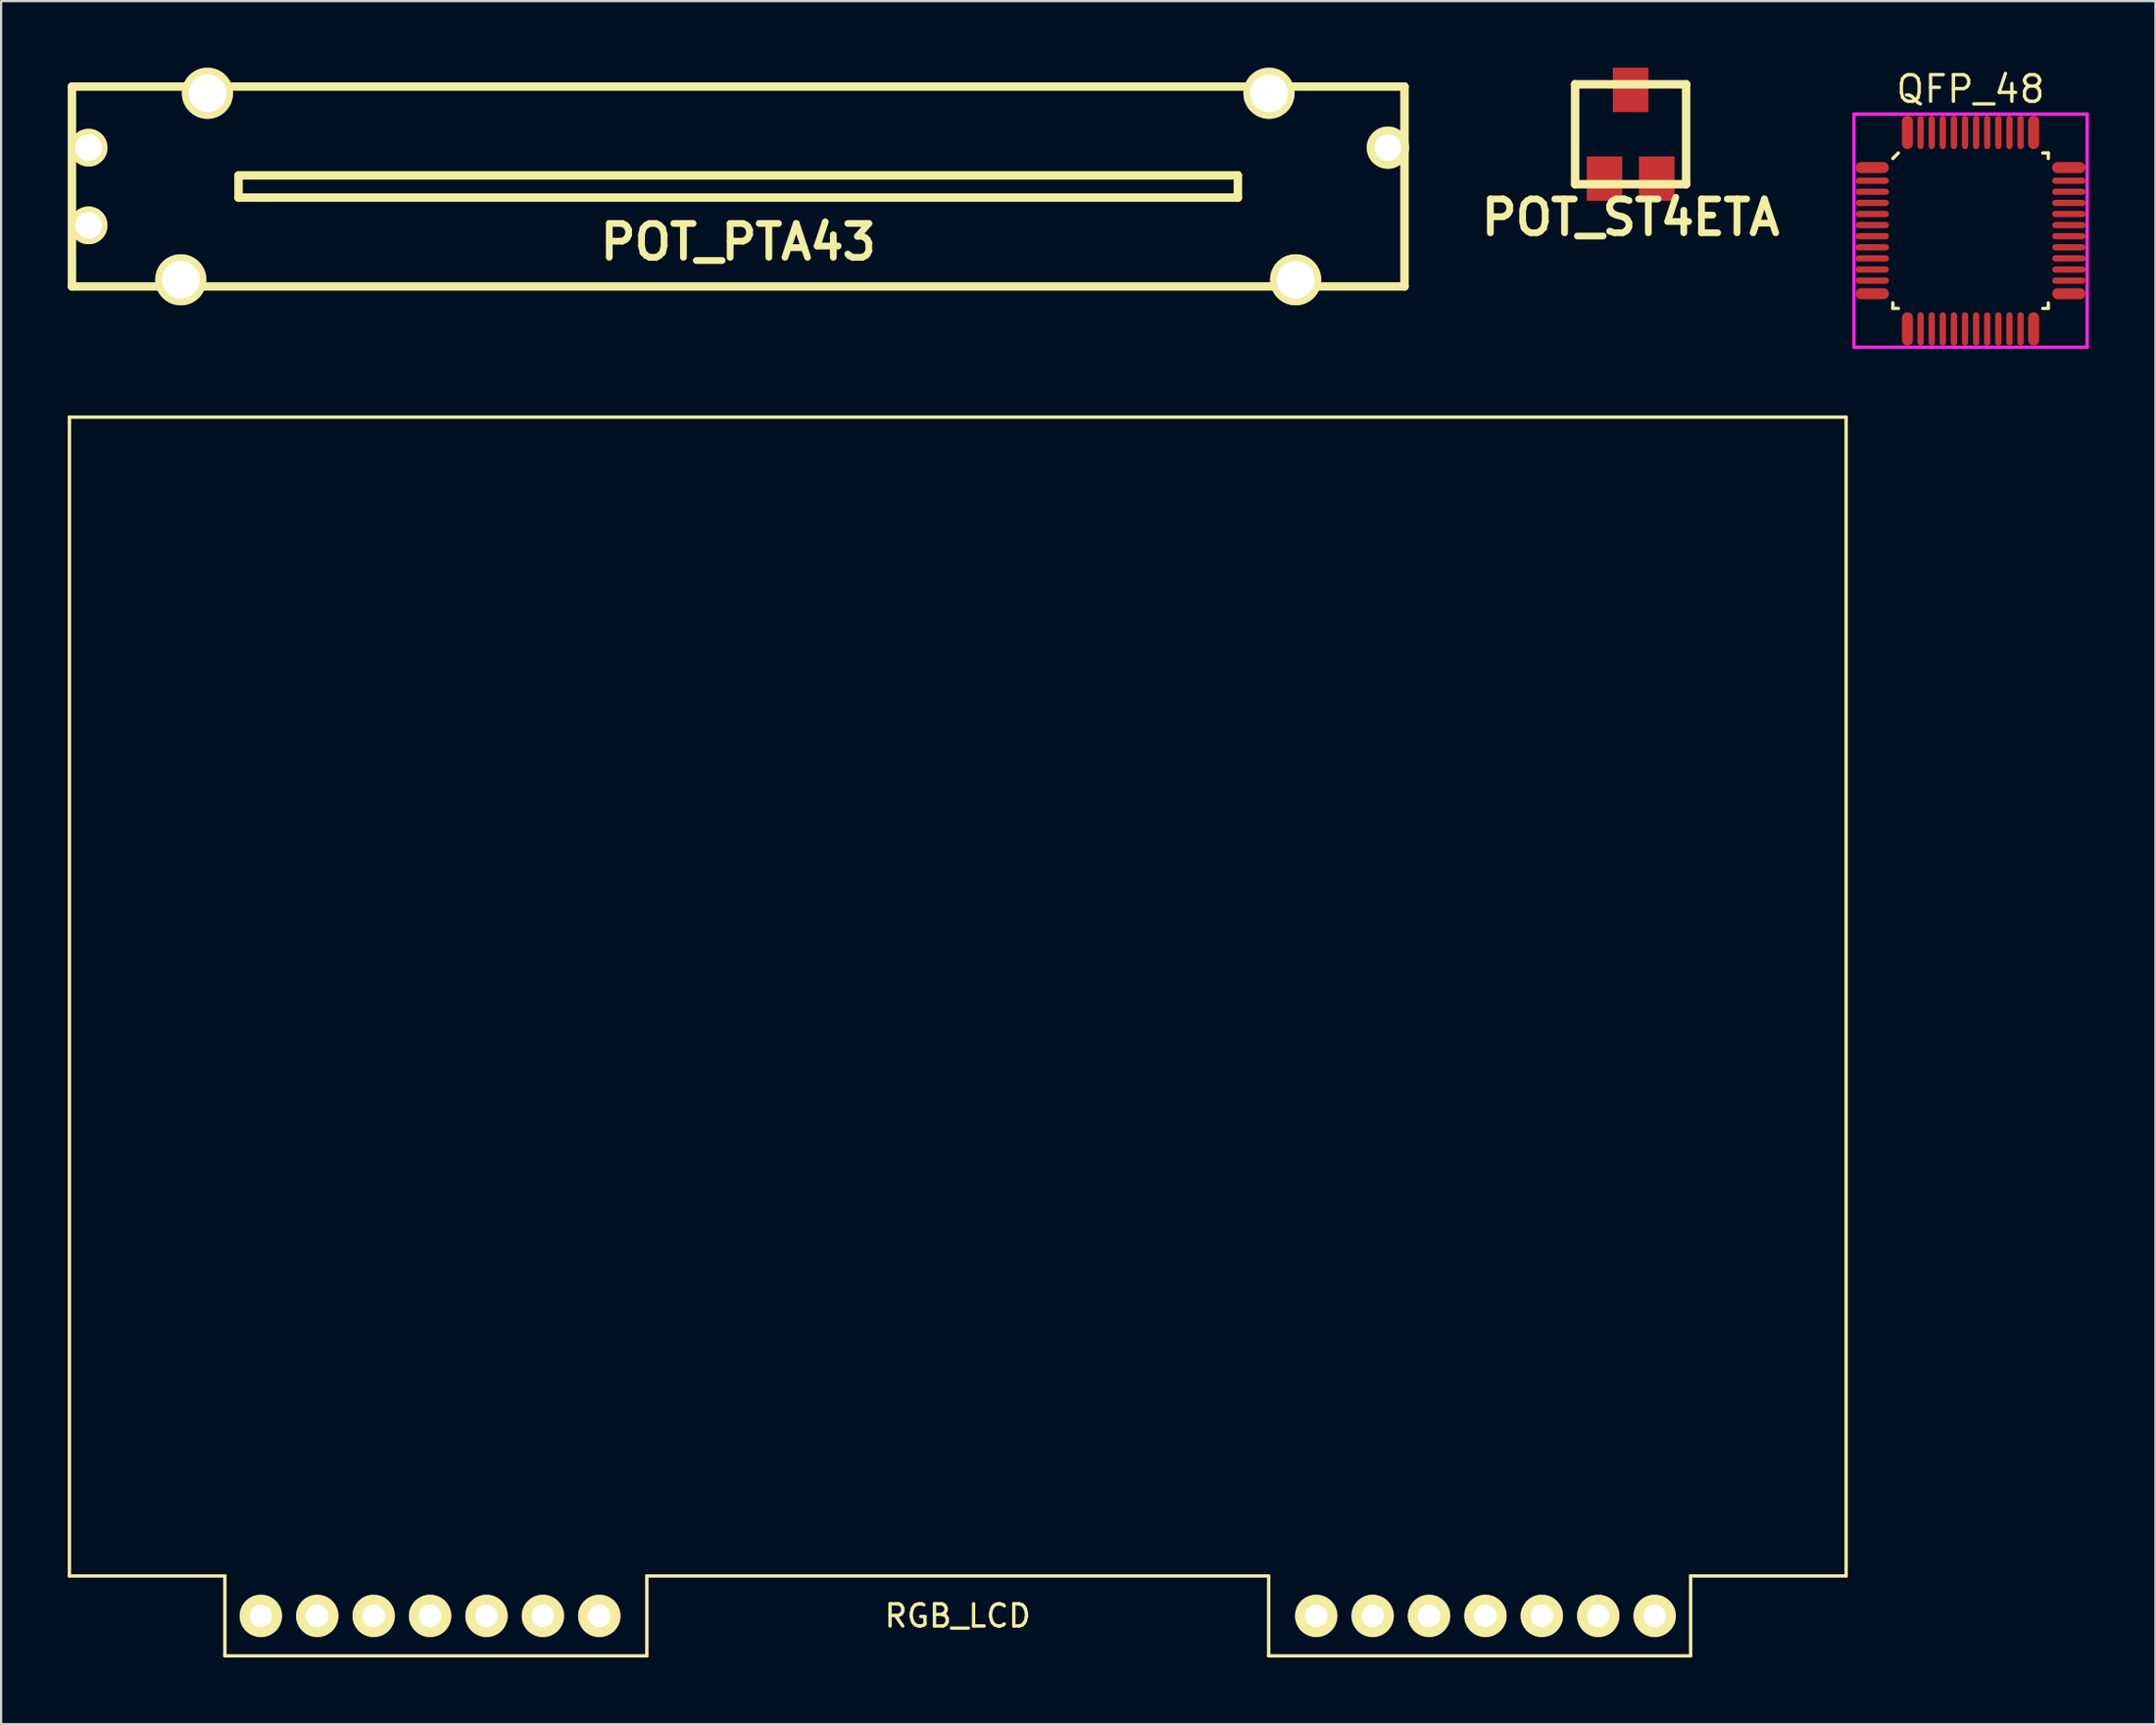
<source format=kicad_pcb>
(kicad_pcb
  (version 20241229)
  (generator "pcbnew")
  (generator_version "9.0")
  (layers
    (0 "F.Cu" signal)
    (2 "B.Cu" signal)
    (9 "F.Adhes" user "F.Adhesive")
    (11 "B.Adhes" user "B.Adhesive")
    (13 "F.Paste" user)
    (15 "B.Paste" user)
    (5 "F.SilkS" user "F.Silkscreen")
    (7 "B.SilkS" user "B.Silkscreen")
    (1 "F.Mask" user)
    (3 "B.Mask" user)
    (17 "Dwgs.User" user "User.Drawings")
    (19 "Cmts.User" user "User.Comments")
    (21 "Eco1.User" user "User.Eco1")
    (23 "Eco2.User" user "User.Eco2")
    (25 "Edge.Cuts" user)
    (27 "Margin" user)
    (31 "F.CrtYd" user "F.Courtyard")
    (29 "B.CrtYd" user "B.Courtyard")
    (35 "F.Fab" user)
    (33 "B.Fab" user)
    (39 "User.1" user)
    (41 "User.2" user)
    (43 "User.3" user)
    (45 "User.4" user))
  (footprint "QFP_48"
    (layer "F.Cu")
    (at 85.679 7.34)
    (property "Reference" "QFP_48" (at 0 -6.375 0) (layer "F.SilkS") (effects (font (size 1.2 1.2) (thickness 0.15))))
    (attr through_hole)
    (fp_line (start -3.5 -3.25) (end -3.25 -3.5) (stroke (width 0.15) (type solid)) (layer "F.SilkS"))
    (fp_line (start -3.5 3.5) (end -3.5 3.25) (stroke (width 0.15) (type solid)) (layer "F.SilkS"))
    (fp_line (start -3.25 3.5) (end -3.5 3.5) (stroke (width 0.15) (type solid)) (layer "F.SilkS"))
    (fp_line (start 3.25 -3.5) (end 3.5 -3.5) (stroke (width 0.15) (type solid)) (layer "F.SilkS"))
    (fp_line (start 3.25 3.5) (end 3.5 3.5) (stroke (width 0.15) (type solid)) (layer "F.SilkS"))
    (fp_line (start 3.5 -3.5) (end 3.5 -3.25) (stroke (width 0.15) (type solid)) (layer "F.SilkS"))
    (fp_line (start 3.5 3.5) (end 3.5 3.25) (stroke (width 0.15) (type solid)) (layer "F.SilkS"))
    (fp_line (start -5.25 -5.25) (end 5.25 -5.25) (stroke (width 0.15) (type solid)) (layer "F.CrtYd"))
    (fp_line (start -5.25 5.25) (end -5.25 -5.25) (stroke (width 0.15) (type solid)) (layer "F.CrtYd"))
    (fp_line (start 5.25 -5.25) (end 5.25 5.25) (stroke (width 0.15) (type solid)) (layer "F.CrtYd"))
    (fp_line (start 5.25 5.25) (end -5.25 5.25) (stroke (width 0.15) (type solid)) (layer "F.CrtYd"))
    (pad "1" smd oval (at -4.425 -2.84 90) (size 0.5 1.5) (layers "F.Cu" "F.Mask" "F.Paste"))
    (pad "2" smd oval (at -4.425 -2.25 90) (size 0.28 1.5) (layers "F.Cu" "F.Mask" "F.Paste"))
    (pad "3" smd oval (at -4.425 -1.75 90) (size 0.28 1.5) (layers "F.Cu" "F.Mask" "F.Paste"))
    (pad "4" smd oval (at -4.425 -1.25 90) (size 0.28 1.5) (layers "F.Cu" "F.Mask" "F.Paste"))
    (pad "5" smd oval (at -4.425 -0.75 90) (size 0.28 1.5) (layers "F.Cu" "F.Mask" "F.Paste"))
    (pad "6" smd oval (at -4.425 -0.25 90) (size 0.28 1.5) (layers "F.Cu" "F.Mask" "F.Paste"))
    (pad "7" smd oval (at -4.425 0.25 90) (size 0.28 1.5) (layers "F.Cu" "F.Mask" "F.Paste"))
    (pad "8" smd oval (at -4.425 0.75 90) (size 0.28 1.5) (layers "F.Cu" "F.Mask" "F.Paste"))
    (pad "9" smd oval (at -4.425 1.25 90) (size 0.28 1.5) (layers "F.Cu" "F.Mask" "F.Paste"))
    (pad "10" smd oval (at -4.425 1.75 90) (size 0.28 1.5) (layers "F.Cu" "F.Mask" "F.Paste"))
    (pad "11" smd oval (at -4.425 2.25 90) (size 0.28 1.5) (layers "F.Cu" "F.Mask" "F.Paste"))
    (pad "12" smd oval (at -4.425 2.84 90) (size 0.5 1.5) (layers "F.Cu" "F.Mask" "F.Paste"))
    (pad "13" smd oval (at -2.84 4.425) (size 0.5 1.5) (layers "F.Cu" "F.Mask" "F.Paste"))
    (pad "14" smd oval (at -2.25 4.425) (size 0.28 1.5) (layers "F.Cu" "F.Mask" "F.Paste"))
    (pad "15" smd oval (at -1.75 4.425) (size 0.28 1.5) (layers "F.Cu" "F.Mask" "F.Paste"))
    (pad "16" smd oval (at -1.25 4.425) (size 0.28 1.5) (layers "F.Cu" "F.Mask" "F.Paste"))
    (pad "17" smd oval (at -0.75 4.425) (size 0.28 1.5) (layers "F.Cu" "F.Mask" "F.Paste"))
    (pad "18" smd oval (at -0.25 4.425) (size 0.28 1.5) (layers "F.Cu" "F.Mask" "F.Paste"))
    (pad "19" smd oval (at 0.25 4.425) (size 0.28 1.5) (layers "F.Cu" "F.Mask" "F.Paste"))
    (pad "20" smd oval (at 0.75 4.425) (size 0.28 1.5) (layers "F.Cu" "F.Mask" "F.Paste"))
    (pad "21" smd oval (at 1.25 4.425) (size 0.28 1.5) (layers "F.Cu" "F.Mask" "F.Paste"))
    (pad "22" smd oval (at 1.75 4.425) (size 0.28 1.5) (layers "F.Cu" "F.Mask" "F.Paste"))
    (pad "23" smd oval (at 2.25 4.425) (size 0.28 1.5) (layers "F.Cu" "F.Mask" "F.Paste"))
    (pad "24" smd oval (at 2.84 4.425) (size 0.5 1.5) (layers "F.Cu" "F.Mask" "F.Paste"))
    (pad "25" smd oval (at 4.425 2.84 90) (size 0.5 1.5) (layers "F.Cu" "F.Mask" "F.Paste"))
    (pad "26" smd oval (at 4.425 2.25 90) (size 0.28 1.5) (layers "F.Cu" "F.Mask" "F.Paste"))
    (pad "27" smd oval (at 4.425 1.75 90) (size 0.28 1.5) (layers "F.Cu" "F.Mask" "F.Paste"))
    (pad "28" smd oval (at 4.425 1.25 90) (size 0.28 1.5) (layers "F.Cu" "F.Mask" "F.Paste"))
    (pad "29" smd oval (at 4.425 0.75 90) (size 0.28 1.5) (layers "F.Cu" "F.Mask" "F.Paste"))
    (pad "30" smd oval (at 4.425 0.25 90) (size 0.28 1.5) (layers "F.Cu" "F.Mask" "F.Paste"))
    (pad "31" smd oval (at 4.425 -0.25 90) (size 0.28 1.5) (layers "F.Cu" "F.Mask" "F.Paste"))
    (pad "32" smd oval (at 4.425 -0.75 90) (size 0.28 1.5) (layers "F.Cu" "F.Mask" "F.Paste"))
    (pad "33" smd oval (at 4.425 -1.25 90) (size 0.28 1.5) (layers "F.Cu" "F.Mask" "F.Paste"))
    (pad "34" smd oval (at 4.425 -1.75 90) (size 0.28 1.5) (layers "F.Cu" "F.Mask" "F.Paste"))
    (pad "35" smd oval (at 4.425 -2.25 90) (size 0.28 1.5) (layers "F.Cu" "F.Mask" "F.Paste"))
    (pad "36" smd oval (at 4.425 -2.84 90) (size 0.5 1.5) (layers "F.Cu" "F.Mask" "F.Paste"))
    (pad "37" smd oval (at 2.84 -4.425) (size 0.5 1.5) (layers "F.Cu" "F.Mask" "F.Paste"))
    (pad "38" smd oval (at 2.25 -4.425) (size 0.28 1.5) (layers "F.Cu" "F.Mask" "F.Paste"))
    (pad "39" smd oval (at 1.75 -4.425) (size 0.28 1.5) (layers "F.Cu" "F.Mask" "F.Paste"))
    (pad "40" smd oval (at 1.25 -4.425) (size 0.28 1.5) (layers "F.Cu" "F.Mask" "F.Paste"))
    (pad "41" smd oval (at 0.75 -4.425) (size 0.28 1.5) (layers "F.Cu" "F.Mask" "F.Paste"))
    (pad "42" smd oval (at 0.25 -4.425) (size 0.28 1.5) (layers "F.Cu" "F.Mask" "F.Paste"))
    (pad "43" smd oval (at -0.25 -4.425) (size 0.28 1.5) (layers "F.Cu" "F.Mask" "F.Paste"))
    (pad "44" smd oval (at -0.75 -4.425) (size 0.28 1.5) (layers "F.Cu" "F.Mask" "F.Paste"))
    (pad "45" smd oval (at -1.25 -4.425) (size 0.28 1.5) (layers "F.Cu" "F.Mask" "F.Paste"))
    (pad "46" smd oval (at -1.75 -4.425) (size 0.28 1.5) (layers "F.Cu" "F.Mask" "F.Paste"))
    (pad "47" smd oval (at -2.25 -4.425) (size 0.28 1.5) (layers "F.Cu" "F.Mask" "F.Paste"))
    (pad "48" smd oval (at -2.84 -4.425) (size 0.5 1.5) (layers "F.Cu" "F.Mask" "F.Paste")))
  (footprint "RGB_LCD"
    (layer "F.Cu")
    (at 40.075 69.74)
    (property "Reference" "RGB_LCD" (at 0 0 0) (layer "F.SilkS") (effects (font (size 1 1) (thickness 0.15))))
    (attr through_hole)
    (fp_line (start -40 -54) (end 40 -54) (stroke (width 0.15) (type solid)) (layer "F.SilkS"))
    (fp_line (start -40 -1.8) (end -40 -54) (stroke (width 0.15) (type solid)) (layer "F.SilkS"))
    (fp_line (start -33 -1.8) (end -40 -1.8) (stroke (width 0.15) (type solid)) (layer "F.SilkS"))
    (fp_line (start -33 1.8) (end -33 -1.8) (stroke (width 0.15) (type solid)) (layer "F.SilkS"))
    (fp_line (start -14 -1.8) (end 14 -1.8) (stroke (width 0.15) (type solid)) (layer "F.SilkS"))
    (fp_line (start -14 1.8) (end -33 1.8) (stroke (width 0.15) (type solid)) (layer "F.SilkS"))
    (fp_line (start -14 1.8) (end -14 -1.8) (stroke (width 0.15) (type solid)) (layer "F.SilkS"))
    (fp_line (start 14 -1.8) (end 14 1.8) (stroke (width 0.15) (type solid)) (layer "F.SilkS"))
    (fp_line (start 14 1.8) (end 33 1.8) (stroke (width 0.15) (type solid)) (layer "F.SilkS"))
    (fp_line (start 33 1.8) (end 33 -1.8) (stroke (width 0.15) (type solid)) (layer "F.SilkS"))
    (fp_line (start 40 -54) (end 40 -1.8) (stroke (width 0.15) (type solid)) (layer "F.SilkS"))
    (fp_line (start 40 -1.8) (end 33 -1.8) (stroke (width 0.15) (type solid)) (layer "F.SilkS"))
    (pad "1" thru_hole circle (at -31.38 0) (size 1.905 1.905) (drill 1.016) (layers "*.Cu" "*.Mask" "F.SilkS"))
    (pad "2" thru_hole circle (at -28.84 0) (size 1.905 1.905) (drill 1.016) (layers "*.Cu" "*.Mask" "F.SilkS"))
    (pad "3" thru_hole circle (at -26.3 0) (size 1.905 1.905) (drill 1.016) (layers "*.Cu" "*.Mask" "F.SilkS"))
    (pad "4" thru_hole circle (at -23.76 0) (size 1.905 1.905) (drill 1.016) (layers "*.Cu" "*.Mask" "F.SilkS"))
    (pad "5" thru_hole circle (at -21.22 0) (size 1.905 1.905) (drill 1.016) (layers "*.Cu" "*.Mask" "F.SilkS"))
    (pad "6" thru_hole circle (at -18.68 0) (size 1.905 1.905) (drill 1.016) (layers "*.Cu" "*.Mask" "F.SilkS"))
    (pad "7" thru_hole circle (at -16.14 0) (size 1.905 1.905) (drill 1.016) (layers "*.Cu" "*.Mask" "F.SilkS"))
    (pad "8" thru_hole circle (at 16.14 0) (size 1.905 1.905) (drill 1.016) (layers "*.Cu" "*.Mask" "F.SilkS"))
    (pad "9" thru_hole circle (at 18.68 0) (size 1.905 1.905) (drill 1.016) (layers "*.Cu" "*.Mask" "F.SilkS"))
    (pad "10" thru_hole circle (at 21.22 0) (size 1.905 1.905) (drill 1.016) (layers "*.Cu" "*.Mask" "F.SilkS"))
    (pad "11" thru_hole circle (at 23.76 0) (size 1.905 1.905) (drill 1.016) (layers "*.Cu" "*.Mask" "F.SilkS"))
    (pad "12" thru_hole circle (at 26.3 0) (size 1.905 1.905) (drill 1.016) (layers "*.Cu" "*.Mask" "F.SilkS"))
    (pad "13" thru_hole circle (at 28.84 0) (size 1.905 1.905) (drill 1.016) (layers "*.Cu" "*.Mask" "F.SilkS"))
    (pad "14" thru_hole circle (at 31.38 0) (size 1.905 1.905) (drill 1.016) (layers "*.Cu" "*.Mask" "F.SilkS")))
  (footprint "POT_PTA43"
    (layer "F.Cu")
    (at 30.19 5.352)
    (property "Reference" "POT_PTA43" (at 0 2.499 0) (layer "F.SilkS") (effects (font (size 1.524 1.524) (thickness 0.305))))
    (attr through_hole)
    (fp_line (start -30 -4.501) (end 30 -4.501) (stroke (width 0.381) (type solid)) (layer "F.SilkS"))
    (fp_line (start -30 4.501) (end -30 -4.501) (stroke (width 0.381) (type solid)) (layer "F.SilkS"))
    (fp_line (start -22.499 -0.5) (end -22.499 0.5) (stroke (width 0.381) (type solid)) (layer "F.SilkS"))
    (fp_line (start -22.499 0.5) (end 22.499 0.5) (stroke (width 0.381) (type solid)) (layer "F.SilkS"))
    (fp_line (start 22.499 -0.5) (end -22.499 -0.5) (stroke (width 0.381) (type solid)) (layer "F.SilkS"))
    (fp_line (start 22.499 0.5) (end 22.499 -0.5) (stroke (width 0.381) (type solid)) (layer "F.SilkS"))
    (fp_line (start 30 -4.501) (end 30 4.501) (stroke (width 0.381) (type solid)) (layer "F.SilkS"))
    (fp_line (start 30 4.501) (end -30 4.501) (stroke (width 0.381) (type solid)) (layer "F.SilkS"))
    (pad "" thru_hole circle (at -25.1 4.201) (size 2.301 2.301) (drill 1.699) (layers "*.Cu" "*.Mask" "F.SilkS"))
    (pad "" thru_hole circle (at -23.899 -4.201) (size 2.301 2.301) (drill 1.699) (layers "*.Cu" "*.Mask" "F.SilkS"))
    (pad "" thru_hole circle (at 23.899 -4.201) (size 2.301 2.301) (drill 1.699) (layers "*.Cu" "*.Mask" "F.SilkS"))
    (pad "" thru_hole circle (at 25.1 4.201) (size 2.301 2.301) (drill 1.699) (layers "*.Cu" "*.Mask" "F.SilkS"))
    (pad "1" thru_hole circle (at -29.251 -1.75) (size 1.699 1.699) (drill 1.199) (layers "*.Cu" "*.Mask" "F.SilkS"))
    (pad "2" thru_hole circle (at -29.251 1.75) (size 1.699 1.699) (drill 1.199) (layers "*.Cu" "*.Mask" "F.SilkS"))
    (pad "3" thru_hole circle (at 29.251 -1.75) (size 1.9 1.9) (drill 1.199) (layers "*.Cu" "*.Mask" "F.SilkS")))
  (footprint "POT_ST4ETA"
    (layer "F.Cu")
    (at 70.372 2.998)
    (property "Reference" "POT_ST4ETA" (at 0 3.749 0) (layer "F.SilkS") (effects (font (size 1.524 1.524) (thickness 0.305))))
    (attr through_hole)
    (fp_line (start -2.499 -2.25) (end 2.499 -2.25) (stroke (width 0.381) (type solid)) (layer "F.SilkS"))
    (fp_line (start -2.499 2.25) (end -2.499 -2.25) (stroke (width 0.381) (type solid)) (layer "F.SilkS"))
    (fp_line (start 2.499 -2.25) (end 2.499 2.25) (stroke (width 0.381) (type solid)) (layer "F.SilkS"))
    (fp_line (start 2.499 2.25) (end -2.499 2.25) (stroke (width 0.381) (type solid)) (layer "F.SilkS"))
    (pad "1" smd rect (at 1.176 1.999) (size 1.6 1.999) (layers "F.Cu" "F.Mask" "F.Paste"))
    (pad "2" smd rect (at 0 -1.999) (size 1.6 1.999) (layers "F.Cu" "F.Mask" "F.Paste"))
    (pad "3" smd rect (at -1.176 1.999) (size 1.6 1.999) (layers "F.Cu" "F.Mask" "F.Paste")))
  (gr_rect
    (start -3 -3)
    (end 94.004 74.615)
    (stroke (width 0.1) (type default))
    (fill no)
    (layer "Edge.Cuts")))
</source>
